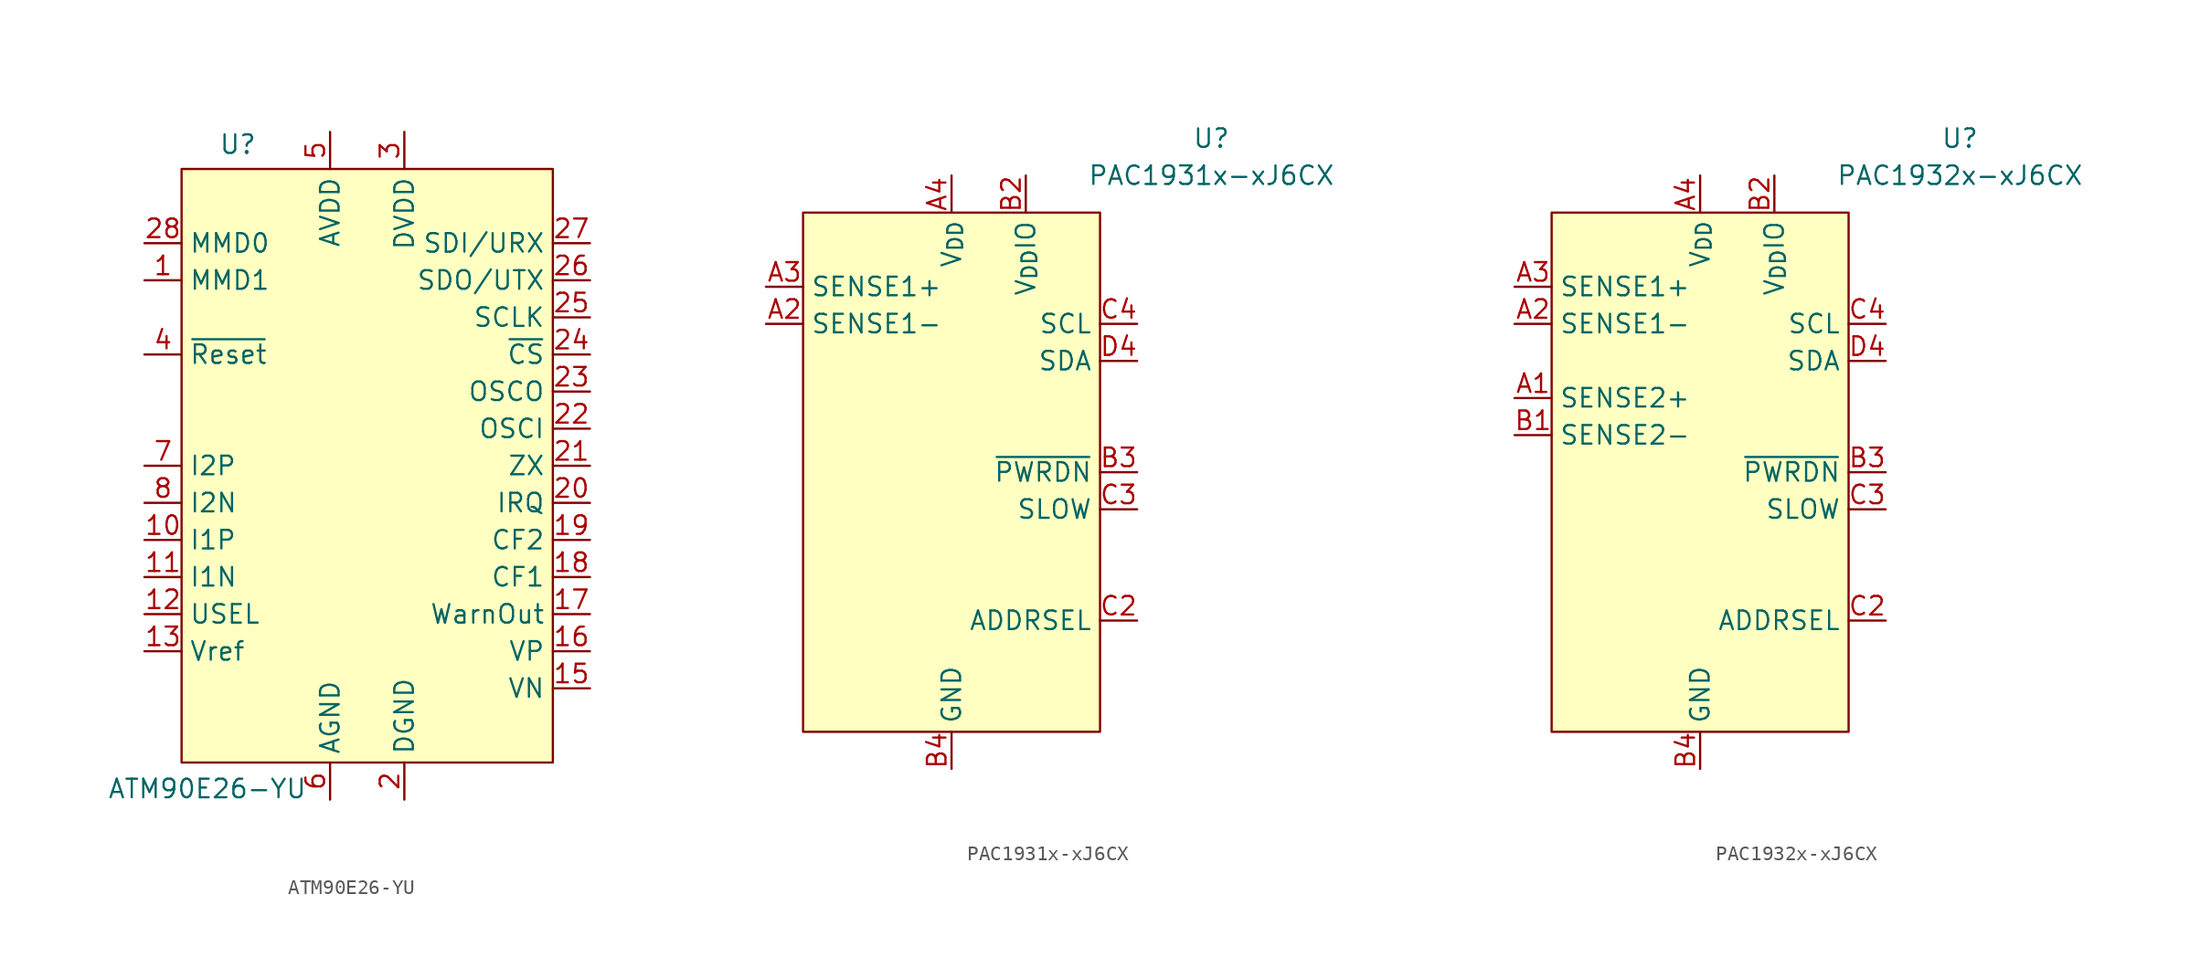
<source format=kicad_sym>
(kicad_symbol_lib
  (version 20231120)
  (generator "kicad_symbol_editor")
  (generator_version "8.0")
  (symbol "ATM90E26-YU"
    (property "Reference" "U"
      (at -10.16 21.26 0)
      (effects (font (size 1.27 1.27)) (justify left bottom)))
    (property "Value" "ATM90E26-YU"
      (at -17.78 -22.86 0)
      (effects (font (size 1.27 1.27)) (justify left bottom)))
    (symbol "ATM90E26-YU_1_0"
      (pin input line (at -15.24 12.7 0) (length 2.54) (name "MMD1" (effects (font (size 1.27 1.27)))) (number "1" (effects (font (size 1.27 1.27)))))
      (pin input line (at -15.24 -5.08 0) (length 2.54) (name "I1P" (effects (font (size 1.27 1.27)))) (number "10" (effects (font (size 1.27 1.27)))))
      (pin input line (at -15.24 -7.62 0) (length 2.54) (name "I1N" (effects (font (size 1.27 1.27)))) (number "11" (effects (font (size 1.27 1.27)))))
      (pin input line (at -15.24 -10.16 0) (length 2.54) (name "USEL" (effects (font (size 1.27 1.27)))) (number "12" (effects (font (size 1.27 1.27)))))
      (pin output line (at -15.24 -12.7 0) (length 2.54) (name "Vref" (effects (font (size 1.27 1.27)))) (number "13" (effects (font (size 1.27 1.27)))))
      (pin passive line (at -2.54 -22.86 90) (length 2.54) hide (name "AGND" (effects (font (size 1.27 1.27)))) (number "14" (effects (font (size 1.27 1.27)))))
      (pin input line (at 15.24 -15.24 180) (length 2.54) (name "VN" (effects (font (size 1.27 1.27)))) (number "15" (effects (font (size 1.27 1.27)))))
      (pin input line (at 15.24 -12.7 180) (length 2.54) (name "VP" (effects (font (size 1.27 1.27)))) (number "16" (effects (font (size 1.27 1.27)))))
      (pin output line (at 15.24 -10.16 180) (length 2.54) (name "WarnOut" (effects (font (size 1.27 1.27)))) (number "17" (effects (font (size 1.27 1.27)))))
      (pin output line (at 15.24 -7.62 180) (length 2.54) (name "CF1" (effects (font (size 1.27 1.27)))) (number "18" (effects (font (size 1.27 1.27)))))
      (pin output line (at 15.24 -5.08 180) (length 2.54) (name "CF2" (effects (font (size 1.27 1.27)))) (number "19" (effects (font (size 1.27 1.27)))))
      (pin power_in line (at 2.54 -22.86 90) (length 2.54) (name "DGND" (effects (font (size 1.27 1.27)))) (number "2" (effects (font (size 1.27 1.27)))))
      (pin output line (at 15.24 -2.54 180) (length 2.54) (name "IRQ" (effects (font (size 1.27 1.27)))) (number "20" (effects (font (size 1.27 1.27)))))
      (pin output line (at 15.24 0 180) (length 2.54) (name "ZX" (effects (font (size 1.27 1.27)))) (number "21" (effects (font (size 1.27 1.27)))))
      (pin input line (at 15.24 2.54 180) (length 2.54) (name "OSCI" (effects (font (size 1.27 1.27)))) (number "22" (effects (font (size 1.27 1.27)))))
      (pin output line (at 15.24 5.08 180) (length 2.54) (name "OSCO" (effects (font (size 1.27 1.27)))) (number "23" (effects (font (size 1.27 1.27)))))
      (pin input line (at 15.24 7.62 180) (length 2.54) (name "~{CS}" (effects (font (size 1.27 1.27)))) (number "24" (effects (font (size 1.27 1.27)))))
      (pin input line (at 15.24 10.16 180) (length 2.54) (name "SCLK" (effects (font (size 1.27 1.27)))) (number "25" (effects (font (size 1.27 1.27)))))
      (pin output line (at 15.24 12.7 180) (length 2.54) (name "SDO/UTX" (effects (font (size 1.27 1.27)))) (number "26" (effects (font (size 1.27 1.27)))))
      (pin input line (at 15.24 15.24 180) (length 2.54) (name "SDI/URX" (effects (font (size 1.27 1.27)))) (number "27" (effects (font (size 1.27 1.27)))))
      (pin input line (at -15.24 15.24 0) (length 2.54) (name "MMD0" (effects (font (size 1.27 1.27)))) (number "28" (effects (font (size 1.27 1.27)))))
      (pin power_in line (at 2.54 22.86 270) (length 2.54) (name "DVDD" (effects (font (size 1.27 1.27)))) (number "3" (effects (font (size 1.27 1.27)))))
      (pin input line (at -15.24 7.62 0) (length 2.54) (name "~{Reset}" (effects (font (size 1.27 1.27)))) (number "4" (effects (font (size 1.27 1.27)))))
      (pin power_in line (at -2.54 22.86 270) (length 2.54) (name "AVDD" (effects (font (size 1.27 1.27)))) (number "5" (effects (font (size 1.27 1.27)))))
      (pin power_in line (at -2.54 -22.86 90) (length 2.54) (name "AGND" (effects (font (size 1.27 1.27)))) (number "6" (effects (font (size 1.27 1.27)))))
      (pin input line (at -15.24 0 0) (length 2.54) (name "I2P" (effects (font (size 1.27 1.27)))) (number "7" (effects (font (size 1.27 1.27)))))
      (pin input line (at -15.24 -2.54 0) (length 2.54) (name "I2N" (effects (font (size 1.27 1.27)))) (number "8" (effects (font (size 1.27 1.27)))))
      (pin passive line (at 2.54 -22.86 90) (length 2.54) hide (name "DGND" (effects (font (size 1.27 1.27)))) (number "9" (effects (font (size 1.27 1.27))))))
    (symbol "ATM90E26-YU_1_1"
      (rectangle (start -12.7 20.32) (end 12.7 -20.32) (stroke (width 0) (type default)) (fill (type background)))))
  (symbol "PAC1931x-xJ6CX"
    (property "Reference" "U"
      (at 17.78 22.86 0)
      (effects (font (size 1.27 1.27))))
    (property "Value" "PAC1931x-xJ6CX"
      (at 17.78 20.32 0)
      (effects (font (size 1.27 1.27))))
    (symbol "PAC1931x-xJ6CX_0_0"
      (pin passive line (at 0 -20.32 90) (length 2.54) hide (name "GND" (effects (font (size 1.27 1.27)))) (number "A1" (effects (font (size 1.27 1.27)))))
      (pin input line (at -12.7 10.16 0) (length 2.54) (name "SENSE1-" (effects (font (size 1.27 1.27)))) (number "A2" (effects (font (size 1.27 1.27)))))
      (pin input line (at -12.7 12.7 0) (length 2.54) (name "SENSE1+" (effects (font (size 1.27 1.27)))) (number "A3" (effects (font (size 1.27 1.27)))))
      (pin power_in line (at 0 20.32 270) (length 2.54) (name "V_{DD}" (effects (font (size 1.27 1.27)))) (number "A4" (effects (font (size 1.27 1.27)))))
      (pin passive line (at 0 -20.32 90) (length 2.54) hide (name "GND" (effects (font (size 1.27 1.27)))) (number "B1" (effects (font (size 1.27 1.27)))))
      (pin input line (at 5.08 20.32 270) (length 2.54) (name "V_{DD}IO" (effects (font (size 1.27 1.27)))) (number "B2" (effects (font (size 1.27 1.27)))))
      (pin input line (at 12.7 0 180) (length 2.54) (name "~{PWRDN}" (effects (font (size 1.27 1.27)))) (number "B3" (effects (font (size 1.27 1.27)))))
      (pin power_in line (at 0 -20.32 90) (length 2.54) (name "GND" (effects (font (size 1.27 1.27)))) (number "B4" (effects (font (size 1.27 1.27)))))
      (pin passive line (at 0 -20.32 90) (length 2.54) hide (name "GND" (effects (font (size 1.27 1.27)))) (number "C1" (effects (font (size 1.27 1.27)))))
      (pin passive line (at 12.7 -10.16 180) (length 2.54) (name "ADDRSEL" (effects (font (size 1.27 1.27)))) (number "C2" (effects (font (size 1.27 1.27)))))
      (pin input line (at 12.7 -2.54 180) (length 2.54) (name "SLOW" (effects (font (size 1.27 1.27)))) (number "C3" (effects (font (size 1.27 1.27)))) (alternate "~{ALERT1}" open_collector line))
      (pin input line (at 12.7 10.16 180) (length 2.54) (name "SCL" (effects (font (size 1.27 1.27)))) (number "C4" (effects (font (size 1.27 1.27)))) (alternate "SM_CLK" input line))
      (pin passive line (at 0 -20.32 90) (length 2.54) hide (name "GND" (effects (font (size 1.27 1.27)))) (number "D1" (effects (font (size 1.27 1.27)))))
      (pin passive line (at 0 -20.32 90) (length 2.54) hide (name "GND" (effects (font (size 1.27 1.27)))) (number "D2" (effects (font (size 1.27 1.27)))))
      (pin passive line (at 0 -20.32 90) (length 2.54) hide (name "GND" (effects (font (size 1.27 1.27)))) (number "D3" (effects (font (size 1.27 1.27)))))
      (pin bidirectional line (at 12.7 7.62 180) (length 2.54) (name "SDA" (effects (font (size 1.27 1.27)))) (number "D4" (effects (font (size 1.27 1.27)))) (alternate "SM_DATA" bidirectional line)))
    (symbol "PAC1931x-xJ6CX_0_1"
      (rectangle (start -10.16 17.78) (end 10.16 -17.78) (stroke (width 0) (type default)) (fill (type background)))))
  (symbol "PAC1932x-xJ6CX"
    (property "Reference" "U"
      (at 17.78 22.86 0)
      (effects (font (size 1.27 1.27))))
    (property "Value" "PAC1932x-xJ6CX"
      (at 17.78 20.32 0)
      (effects (font (size 1.27 1.27))))
    (symbol "PAC1932x-xJ6CX_0_0"
      (pin input line (at -12.7 5.08 0) (length 2.54) (name "SENSE2+" (effects (font (size 1.27 1.27)))) (number "A1" (effects (font (size 1.27 1.27)))))
      (pin input line (at -12.7 10.16 0) (length 2.54) (name "SENSE1-" (effects (font (size 1.27 1.27)))) (number "A2" (effects (font (size 1.27 1.27)))))
      (pin input line (at -12.7 12.7 0) (length 2.54) (name "SENSE1+" (effects (font (size 1.27 1.27)))) (number "A3" (effects (font (size 1.27 1.27)))))
      (pin power_in line (at 0 20.32 270) (length 2.54) (name "V_{DD}" (effects (font (size 1.27 1.27)))) (number "A4" (effects (font (size 1.27 1.27)))))
      (pin input line (at -12.7 2.54 0) (length 2.54) (name "SENSE2-" (effects (font (size 1.27 1.27)))) (number "B1" (effects (font (size 1.27 1.27)))))
      (pin input line (at 5.08 20.32 270) (length 2.54) (name "V_{DD}IO" (effects (font (size 1.27 1.27)))) (number "B2" (effects (font (size 1.27 1.27)))))
      (pin input line (at 12.7 0 180) (length 2.54) (name "~{PWRDN}" (effects (font (size 1.27 1.27)))) (number "B3" (effects (font (size 1.27 1.27)))))
      (pin power_in line (at 0 -20.32 90) (length 2.54) (name "GND" (effects (font (size 1.27 1.27)))) (number "B4" (effects (font (size 1.27 1.27)))))
      (pin passive line (at 0 -20.32 90) (length 2.54) hide (name "GND" (effects (font (size 1.27 1.27)))) (number "C1" (effects (font (size 1.27 1.27)))))
      (pin passive line (at 12.7 -10.16 180) (length 2.54) (name "ADDRSEL" (effects (font (size 1.27 1.27)))) (number "C2" (effects (font (size 1.27 1.27)))))
      (pin input line (at 12.7 -2.54 180) (length 2.54) (name "SLOW" (effects (font (size 1.27 1.27)))) (number "C3" (effects (font (size 1.27 1.27)))) (alternate "~{ALERT1}" open_collector line))
      (pin input line (at 12.7 10.16 180) (length 2.54) (name "SCL" (effects (font (size 1.27 1.27)))) (number "C4" (effects (font (size 1.27 1.27)))) (alternate "SM_CLK" input line))
      (pin passive line (at 0 -20.32 90) (length 2.54) hide (name "GND" (effects (font (size 1.27 1.27)))) (number "D1" (effects (font (size 1.27 1.27)))))
      (pin passive line (at 0 -20.32 90) (length 2.54) hide (name "GND" (effects (font (size 1.27 1.27)))) (number "D2" (effects (font (size 1.27 1.27)))))
      (pin passive line (at 0 -20.32 90) (length 2.54) hide (name "GND" (effects (font (size 1.27 1.27)))) (number "D3" (effects (font (size 1.27 1.27)))))
      (pin bidirectional line (at 12.7 7.62 180) (length 2.54) (name "SDA" (effects (font (size 1.27 1.27)))) (number "D4" (effects (font (size 1.27 1.27)))) (alternate "SM_DATA" bidirectional line)))
    (symbol "PAC1932x-xJ6CX_0_1"
      (rectangle (start -10.16 17.78) (end 10.16 -17.78) (stroke (width 0) (type default)) (fill (type background))))))
</source>
